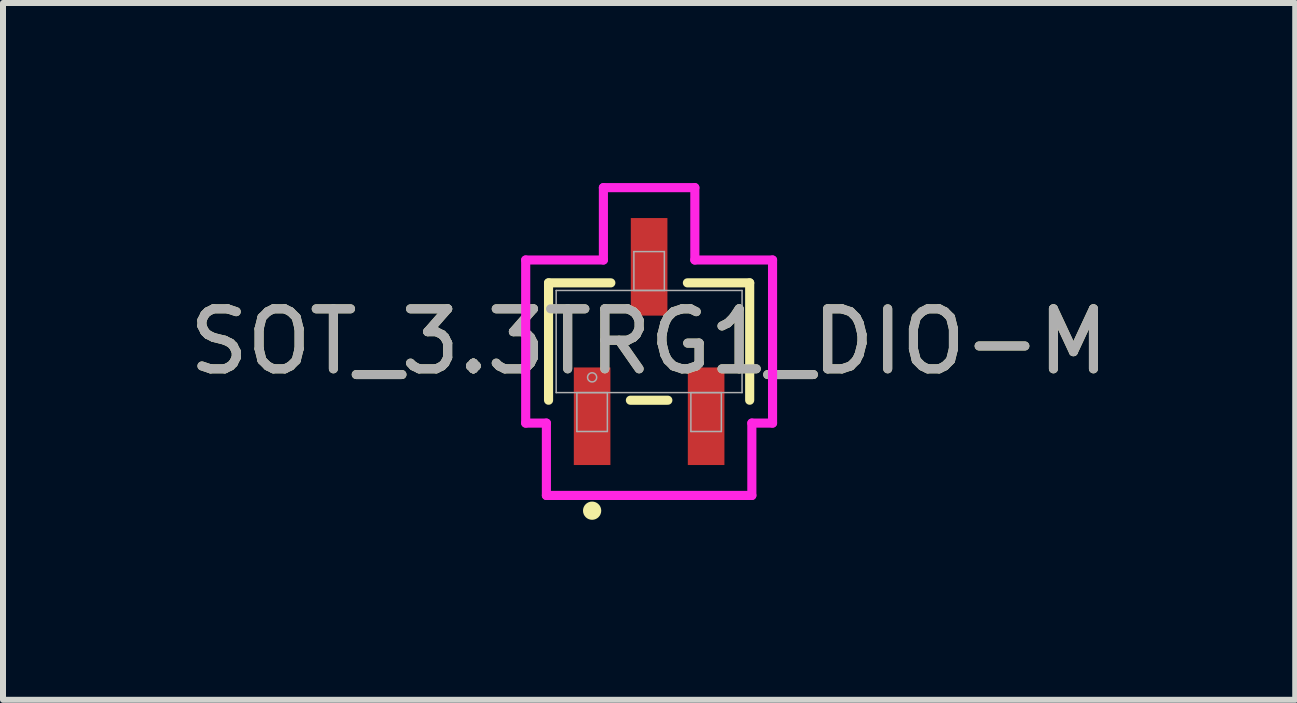
<source format=kicad_pcb>
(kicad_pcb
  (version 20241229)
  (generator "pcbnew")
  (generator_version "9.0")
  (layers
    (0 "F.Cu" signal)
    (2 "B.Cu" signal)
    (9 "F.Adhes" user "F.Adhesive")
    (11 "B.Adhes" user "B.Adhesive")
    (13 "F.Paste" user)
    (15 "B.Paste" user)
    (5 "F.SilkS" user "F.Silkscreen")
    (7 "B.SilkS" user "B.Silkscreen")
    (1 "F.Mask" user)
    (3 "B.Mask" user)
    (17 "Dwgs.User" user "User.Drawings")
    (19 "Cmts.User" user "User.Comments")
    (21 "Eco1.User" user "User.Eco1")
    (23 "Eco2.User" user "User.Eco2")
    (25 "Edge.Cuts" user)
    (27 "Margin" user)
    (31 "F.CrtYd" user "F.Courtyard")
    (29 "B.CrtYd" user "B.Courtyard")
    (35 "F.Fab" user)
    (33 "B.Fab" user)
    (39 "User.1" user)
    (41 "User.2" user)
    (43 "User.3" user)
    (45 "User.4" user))
  (footprint "SOT_3.3TRG1_DIO-M"
    (layer "F.Cu")
    (at 7.768 2.642)
    (property "Reference" "SOT_3.3TRG1_DIO-M" (at 0 0 0) (unlocked yes) (layer "F.SilkS") (effects (font (size 1 1) (thickness 0.15))))
    (attr smd)
    (fp_line (start -1.676 -0.978) (end -1.676 0.978) (stroke (width 0.152) (type solid)) (layer "F.SilkS"))
    (fp_line (start -0.638 -0.978) (end -1.676 -0.978) (stroke (width 0.152) (type solid)) (layer "F.SilkS"))
    (fp_line (start -0.312 0.978) (end 0.312 0.978) (stroke (width 0.152) (type solid)) (layer "F.SilkS"))
    (fp_line (start 1.676 -0.978) (end 0.638 -0.978) (stroke (width 0.152) (type solid)) (layer "F.SilkS"))
    (fp_line (start 1.676 0.978) (end 1.676 -0.978) (stroke (width 0.152) (type solid)) (layer "F.SilkS"))
    (fp_circle (center -0.95 2.819) (end -0.874 2.819) (stroke (width 0.152) (type solid)) (fill no) (layer "F.SilkS"))
    (fp_line (start -2.057 -1.359) (end -0.762 -1.359) (stroke (width 0.152) (type solid)) (layer "F.CrtYd"))
    (fp_line (start -2.057 1.359) (end -2.057 -1.359) (stroke (width 0.152) (type solid)) (layer "F.CrtYd"))
    (fp_line (start -2.057 1.359) (end -1.712 1.359) (stroke (width 0.152) (type solid)) (layer "F.CrtYd"))
    (fp_line (start -1.712 1.359) (end -1.712 2.565) (stroke (width 0.152) (type solid)) (layer "F.CrtYd"))
    (fp_line (start -1.712 2.565) (end 1.712 2.565) (stroke (width 0.152) (type solid)) (layer "F.CrtYd"))
    (fp_line (start -0.762 -2.565) (end 0.762 -2.565) (stroke (width 0.152) (type solid)) (layer "F.CrtYd"))
    (fp_line (start -0.762 -1.359) (end -0.762 -2.565) (stroke (width 0.152) (type solid)) (layer "F.CrtYd"))
    (fp_line (start 0.762 -1.359) (end 0.762 -2.565) (stroke (width 0.152) (type solid)) (layer "F.CrtYd"))
    (fp_line (start 1.712 1.359) (end 1.712 2.565) (stroke (width 0.152) (type solid)) (layer "F.CrtYd"))
    (fp_line (start 2.057 -1.359) (end 0.762 -1.359) (stroke (width 0.152) (type solid)) (layer "F.CrtYd"))
    (fp_line (start 2.057 -1.359) (end 2.057 1.359) (stroke (width 0.152) (type solid)) (layer "F.CrtYd"))
    (fp_line (start 2.057 1.359) (end 1.712 1.359) (stroke (width 0.152) (type solid)) (layer "F.CrtYd"))
    (fp_line (start -1.549 -0.851) (end -1.549 0.851) (stroke (width 0.025) (type solid)) (layer "F.Fab"))
    (fp_line (start -1.549 0.851) (end 1.549 0.851) (stroke (width 0.025) (type solid)) (layer "F.Fab"))
    (fp_line (start -1.204 0.851) (end -1.204 1.499) (stroke (width 0.025) (type solid)) (layer "F.Fab"))
    (fp_line (start -1.204 1.499) (end -0.696 1.499) (stroke (width 0.025) (type solid)) (layer "F.Fab"))
    (fp_line (start -0.696 0.851) (end -1.204 0.851) (stroke (width 0.025) (type solid)) (layer "F.Fab"))
    (fp_line (start -0.696 1.499) (end -0.696 0.851) (stroke (width 0.025) (type solid)) (layer "F.Fab"))
    (fp_line (start -0.254 -1.499) (end -0.254 -0.851) (stroke (width 0.025) (type solid)) (layer "F.Fab"))
    (fp_line (start -0.254 -0.851) (end 0.254 -0.851) (stroke (width 0.025) (type solid)) (layer "F.Fab"))
    (fp_line (start 0.254 -1.499) (end -0.254 -1.499) (stroke (width 0.025) (type solid)) (layer "F.Fab"))
    (fp_line (start 0.254 -0.851) (end 0.254 -1.499) (stroke (width 0.025) (type solid)) (layer "F.Fab"))
    (fp_line (start 0.696 0.851) (end 0.696 1.499) (stroke (width 0.025) (type solid)) (layer "F.Fab"))
    (fp_line (start 0.696 1.499) (end 1.204 1.499) (stroke (width 0.025) (type solid)) (layer "F.Fab"))
    (fp_line (start 1.204 0.851) (end 0.696 0.851) (stroke (width 0.025) (type solid)) (layer "F.Fab"))
    (fp_line (start 1.204 1.499) (end 1.204 0.851) (stroke (width 0.025) (type solid)) (layer "F.Fab"))
    (fp_line (start 1.549 -0.851) (end -1.549 -0.851) (stroke (width 0.025) (type solid)) (layer "F.Fab"))
    (fp_line (start 1.549 0.851) (end 1.549 -0.851) (stroke (width 0.025) (type solid)) (layer "F.Fab"))
    (fp_circle (center -0.95 0.597) (end -0.874 0.597) (stroke (width 0.025) (type solid)) (fill no) (layer "F.Fab"))
    (fp_text user "${REFERENCE}" (at 0 0 0) (unlocked yes) (layer "F.Fab") (effects (font (size 1 1) (thickness 0.15))))
    (pad "1" smd rect (at -0.95 1.245) (size 0.61 1.626) (layers "F.Cu" "F.Mask" "F.Paste"))
    (pad "2" smd rect (at 0.95 1.245) (size 0.61 1.626) (layers "F.Cu" "F.Mask" "F.Paste"))
    (pad "3" smd rect (at 0 -1.245) (size 0.61 1.626) (layers "F.Cu" "F.Mask" "F.Paste")))
  (gr_rect
    (start -3 -3)
    (end 18.536 8.613)
    (stroke (width 0.1) (type default))
    (fill no)
    (layer "Edge.Cuts")))
</source>
